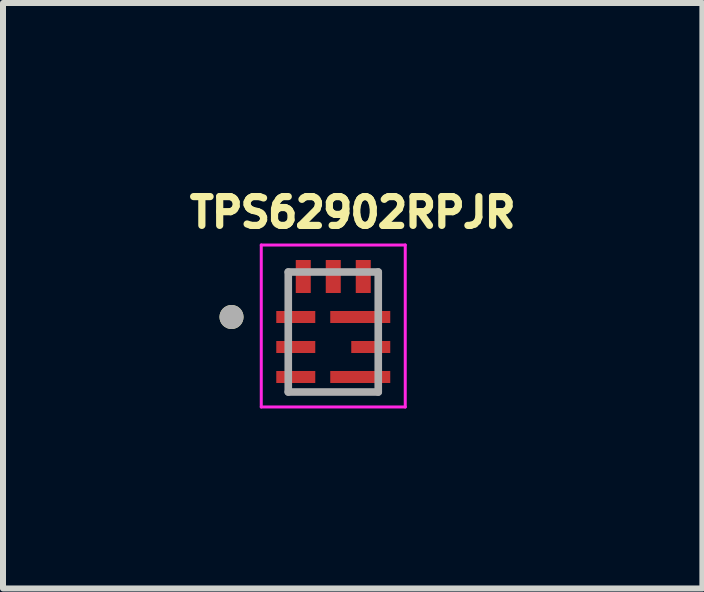
<source format=kicad_pcb>
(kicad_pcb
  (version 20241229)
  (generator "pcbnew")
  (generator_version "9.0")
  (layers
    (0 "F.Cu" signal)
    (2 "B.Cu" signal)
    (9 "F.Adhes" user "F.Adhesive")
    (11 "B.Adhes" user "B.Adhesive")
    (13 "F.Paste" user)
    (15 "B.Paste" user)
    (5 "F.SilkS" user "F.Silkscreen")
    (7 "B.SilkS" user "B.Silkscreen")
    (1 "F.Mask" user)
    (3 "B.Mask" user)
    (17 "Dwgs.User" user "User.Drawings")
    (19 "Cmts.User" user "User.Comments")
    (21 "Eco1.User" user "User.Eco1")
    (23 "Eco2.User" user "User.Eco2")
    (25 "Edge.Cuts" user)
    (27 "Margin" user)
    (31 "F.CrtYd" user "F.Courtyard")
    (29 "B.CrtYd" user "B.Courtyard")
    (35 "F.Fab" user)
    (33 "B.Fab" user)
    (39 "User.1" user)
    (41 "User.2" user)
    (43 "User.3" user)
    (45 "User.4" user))
  (footprint "TPS62902RPJR"
    (layer "F.Cu")
    (at 2.505 2.484)
    (property "Reference" "TPS62902RPJR" (at 0.324 -1.993 0) (layer "F.SilkS") (effects (font (size 0.48 0.48) (thickness 0.15))))
    (attr smd)
    (fp_poly (pts (xy -1 -0.4) (xy -0.25 -0.4) (xy -0.25 -0.1) (xy -1 -0.1)) (stroke (width 0.01) (type solid)) (fill yes) (layer "F.Mask"))
    (fp_poly (pts (xy -1 0.1) (xy -0.25 0.1) (xy -0.25 0.4) (xy -1 0.4)) (stroke (width 0.01) (type solid)) (fill yes) (layer "F.Mask"))
    (fp_poly (pts (xy -1 0.6) (xy -0.25 0.6) (xy -0.25 0.9) (xy -1 0.9)) (stroke (width 0.01) (type solid)) (fill yes) (layer "F.Mask"))
    (fp_poly (pts (xy -0.675 -1.25) (xy -0.325 -1.25) (xy -0.325 -0.6) (xy -0.675 -0.6)) (stroke (width 0.01) (type solid)) (fill yes) (layer "F.Mask"))
    (fp_poly (pts (xy -0.175 -1.25) (xy 0.175 -1.25) (xy 0.175 -0.6) (xy -0.175 -0.6)) (stroke (width 0.01) (type solid)) (fill yes) (layer "F.Mask"))
    (fp_poly (pts (xy -0.1 -0.4) (xy 1 -0.4) (xy 1 -0.1) (xy -0.1 -0.1)) (stroke (width 0.01) (type solid)) (fill yes) (layer "F.Mask"))
    (fp_poly (pts (xy -0.1 0.6) (xy 1 0.6) (xy 1 0.9) (xy -0.1 0.9)) (stroke (width 0.01) (type solid)) (fill yes) (layer "F.Mask"))
    (fp_poly (pts (xy 0.25 0.1) (xy 1 0.1) (xy 1 0.4) (xy 0.25 0.4)) (stroke (width 0.01) (type solid)) (fill yes) (layer "F.Mask"))
    (fp_poly (pts (xy 0.325 -1.25) (xy 0.675 -1.25) (xy 0.675 -0.6) (xy 0.325 -0.6)) (stroke (width 0.01) (type solid)) (fill yes) (layer "F.Mask"))
    (fp_circle (center -1.696 -0.25) (end -1.596 -0.25) (stroke (width 0.2) (type solid)) (fill no) (layer "F.SilkS"))
    (fp_line (start -1.2 -1.45) (end -1.2 1.25) (stroke (width 0.05) (type solid)) (layer "F.CrtYd"))
    (fp_line (start -1.2 1.25) (end 1.2 1.25) (stroke (width 0.05) (type solid)) (layer "F.CrtYd"))
    (fp_line (start 1.2 -1.45) (end -1.2 -1.45) (stroke (width 0.05) (type solid)) (layer "F.CrtYd"))
    (fp_line (start 1.2 1.25) (end 1.2 -1.45) (stroke (width 0.05) (type solid)) (layer "F.CrtYd"))
    (fp_line (start -0.75 -1) (end -0.75 1) (stroke (width 0.127) (type solid)) (layer "F.Fab"))
    (fp_line (start -0.75 1) (end 0.75 1) (stroke (width 0.127) (type solid)) (layer "F.Fab"))
    (fp_line (start 0.75 -1) (end -0.75 -1) (stroke (width 0.127) (type solid)) (layer "F.Fab"))
    (fp_line (start 0.75 1) (end 0.75 -1) (stroke (width 0.127) (type solid)) (layer "F.Fab"))
    (fp_circle (center -1.696 -0.25) (end -1.596 -0.25) (stroke (width 0.2) (type solid)) (fill no) (layer "F.Fab"))
    (pad "1" smd rect (at -0.625 -0.25) (size 0.65 0.2) (layers "F.Cu" "F.Paste"))
    (pad "2" smd rect (at -0.625 0.25) (size 0.65 0.2) (layers "F.Cu" "F.Paste"))
    (pad "3" smd rect (at -0.625 0.75) (size 0.65 0.2) (layers "F.Cu" "F.Paste"))
    (pad "4" smd rect (at 0.45 0.75) (size 1 0.2) (layers "F.Cu" "F.Paste"))
    (pad "5" smd rect (at 0.625 0.25) (size 0.65 0.2) (layers "F.Cu" "F.Paste"))
    (pad "6" smd rect (at 0.45 -0.25) (size 1 0.2) (layers "F.Cu" "F.Paste"))
    (pad "7" smd rect (at 0.5 -0.925) (size 0.25 0.55) (layers "F.Cu" "F.Paste"))
    (pad "8" smd rect (at 0 -0.925) (size 0.25 0.55) (layers "F.Cu" "F.Paste"))
    (pad "9" smd rect (at -0.5 -0.925) (size 0.25 0.55) (layers "F.Cu" "F.Paste")))
  (gr_rect
    (start -3 -3)
    (end 8.658 6.759)
    (stroke (width 0.1) (type default))
    (fill no)
    (layer "Edge.Cuts")))
</source>
